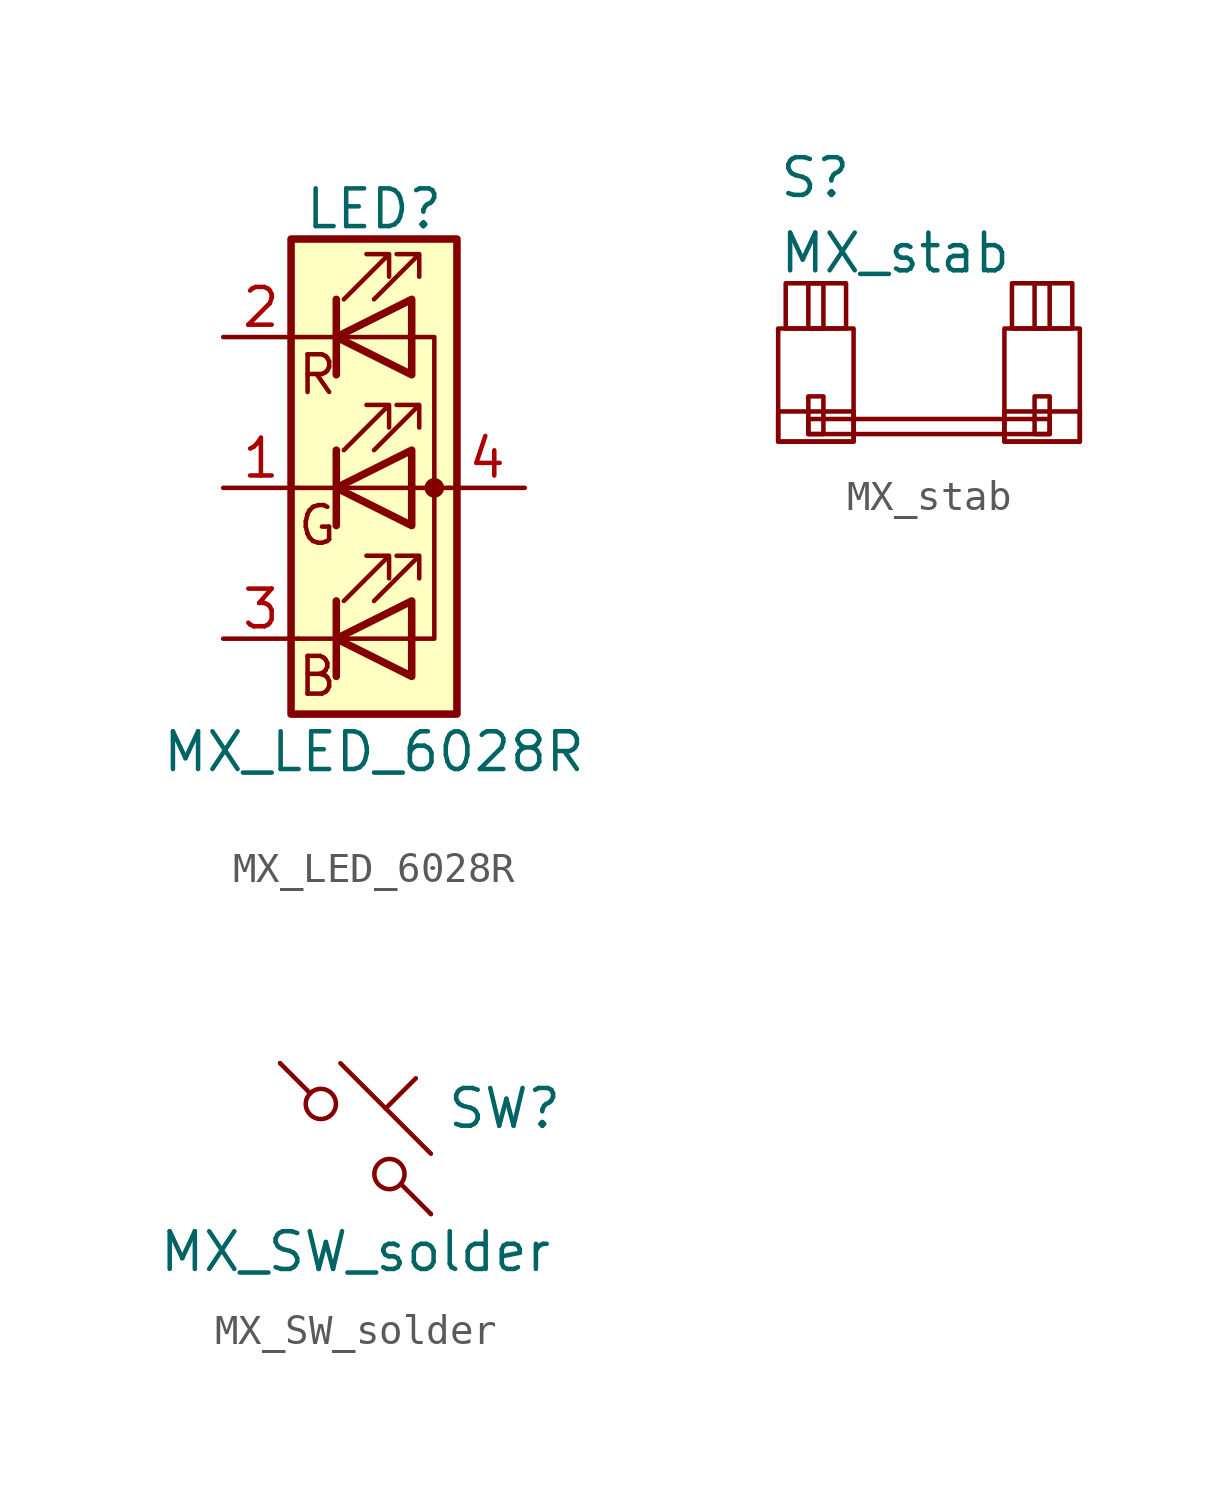
<source format=kicad_sym>
(kicad_symbol_lib
  (version 20211014)
  (generator kicad_symbol_editor)
  (symbol "MX_LED_6028R"
    (pin_names
      (offset 0) hide)
    (property "Reference" "LED"
      (at 0 9.398 0)
      (effects (font (size 1.27 1.27))))
    (property "Value" "MX_LED_6028R"
      (at 0 -8.89 0)
      (effects (font (size 1.27 1.27))))
    (symbol "MX_LED_6028R_0_0"
      (text "B" (at -1.905 -6.35 0) (effects (font (size 1.27 1.27))))
      (text "G" (at -1.905 -1.27 0) (effects (font (size 1.27 1.27))))
      (text "R" (at -1.905 3.81 0) (effects (font (size 1.27 1.27)))))
    (symbol "MX_LED_6028R_0_1"
      (polyline (pts (xy -1.27 -5.08) (xy -2.54 -5.08)) (stroke (width 0) (type default) (color 0 0 0 0)) (fill (type none)))
      (polyline (pts (xy -1.27 -5.08) (xy 1.27 -5.08)) (stroke (width 0) (type default) (color 0 0 0 0)) (fill (type none)))
      (polyline (pts (xy -1.27 -3.81) (xy -1.27 -6.35)) (stroke (width 0.254) (type default) (color 0 0 0 0)) (fill (type none)))
      (polyline (pts (xy -1.27 0) (xy -2.54 0)) (stroke (width 0) (type default) (color 0 0 0 0)) (fill (type none)))
      (polyline (pts (xy -1.27 1.27) (xy -1.27 -1.27)) (stroke (width 0.254) (type default) (color 0 0 0 0)) (fill (type none)))
      (polyline (pts (xy -1.27 5.08) (xy -2.54 5.08)) (stroke (width 0) (type default) (color 0 0 0 0)) (fill (type none)))
      (polyline (pts (xy -1.27 5.08) (xy 1.27 5.08)) (stroke (width 0) (type default) (color 0 0 0 0)) (fill (type none)))
      (polyline (pts (xy -1.27 6.35) (xy -1.27 3.81)) (stroke (width 0.254) (type default) (color 0 0 0 0)) (fill (type none)))
      (polyline (pts (xy 1.27 0) (xy -1.27 0)) (stroke (width 0) (type default) (color 0 0 0 0)) (fill (type none)))
      (polyline (pts (xy 1.27 0) (xy 2.54 0)) (stroke (width 0) (type default) (color 0 0 0 0)) (fill (type none)))
      (polyline (pts (xy -1.27 1.27) (xy -1.27 -1.27) (xy -1.27 -1.27)) (stroke (width 0) (type default) (color 0 0 0 0)) (fill (type none)))
      (polyline (pts (xy -1.27 6.35) (xy -1.27 3.81) (xy -1.27 3.81)) (stroke (width 0) (type default) (color 0 0 0 0)) (fill (type none)))
      (polyline (pts (xy 1.27 -5.08) (xy 2.032 -5.08) (xy 2.032 5.08) (xy 1.27 5.08)) (stroke (width 0) (type default) (color 0 0 0 0)) (fill (type none)))
      (polyline (pts (xy 1.27 -3.81) (xy 1.27 -6.35) (xy -1.27 -5.08) (xy 1.27 -3.81)) (stroke (width 0.254) (type default) (color 0 0 0 0)) (fill (type none)))
      (polyline (pts (xy 1.27 1.27) (xy 1.27 -1.27) (xy -1.27 0) (xy 1.27 1.27)) (stroke (width 0.254) (type default) (color 0 0 0 0)) (fill (type none)))
      (polyline (pts (xy 1.27 6.35) (xy 1.27 3.81) (xy -1.27 5.08) (xy 1.27 6.35)) (stroke (width 0.254) (type default) (color 0 0 0 0)) (fill (type none)))
      (polyline (pts (xy -1.016 -3.81) (xy 0.508 -2.286) (xy -0.254 -2.286) (xy 0.508 -2.286) (xy 0.508 -3.048)) (stroke (width 0) (type default) (color 0 0 0 0)) (fill (type none)))
      (polyline (pts (xy -1.016 1.27) (xy 0.508 2.794) (xy -0.254 2.794) (xy 0.508 2.794) (xy 0.508 2.032)) (stroke (width 0) (type default) (color 0 0 0 0)) (fill (type none)))
      (polyline (pts (xy -1.016 6.35) (xy 0.508 7.874) (xy -0.254 7.874) (xy 0.508 7.874) (xy 0.508 7.112)) (stroke (width 0) (type default) (color 0 0 0 0)) (fill (type none)))
      (polyline (pts (xy 0 -3.81) (xy 1.524 -2.286) (xy 0.762 -2.286) (xy 1.524 -2.286) (xy 1.524 -3.048)) (stroke (width 0) (type default) (color 0 0 0 0)) (fill (type none)))
      (polyline (pts (xy 0 1.27) (xy 1.524 2.794) (xy 0.762 2.794) (xy 1.524 2.794) (xy 1.524 2.032)) (stroke (width 0) (type default) (color 0 0 0 0)) (fill (type none)))
      (polyline (pts (xy 0 6.35) (xy 1.524 7.874) (xy 0.762 7.874) (xy 1.524 7.874) (xy 1.524 7.112)) (stroke (width 0) (type default) (color 0 0 0 0)) (fill (type none)))
      (rectangle (start 1.27 -1.27) (end 1.27 1.27) (stroke (width 0) (type default) (color 0 0 0 0)) (fill (type none)))
      (rectangle (start 1.27 1.27) (end 1.27 1.27) (stroke (width 0) (type default) (color 0 0 0 0)) (fill (type none)))
      (rectangle (start 1.27 3.81) (end 1.27 6.35) (stroke (width 0) (type default) (color 0 0 0 0)) (fill (type none)))
      (rectangle (start 1.27 6.35) (end 1.27 6.35) (stroke (width 0) (type default) (color 0 0 0 0)) (fill (type none)))
      (circle (center 2.032 0) (radius 0.254) (stroke (width 0) (type default) (color 0 0 0 0)) (fill (type outline)))
      (rectangle (start 2.794 8.382) (end -2.794 -7.62) (stroke (width 0.254) (type default) (color 0 0 0 0)) (fill (type background))))
    (symbol "MX_LED_6028R_1_1"
      (pin passive line (at -5.08 0 0) (length 2.54) (name "GK" (effects (font (size 1.27 1.27)))) (number "1" (effects (font (size 1.27 1.27)))))
      (pin passive line (at -5.08 5.08 0) (length 2.54) (name "RK" (effects (font (size 1.27 1.27)))) (number "2" (effects (font (size 1.27 1.27)))))
      (pin passive line (at -5.08 -5.08 0) (length 2.54) (name "BK" (effects (font (size 1.27 1.27)))) (number "3" (effects (font (size 1.27 1.27)))))
      (pin passive line (at 5.08 0 180) (length 2.54) (name "A" (effects (font (size 1.27 1.27)))) (number "4" (effects (font (size 1.27 1.27)))))))
  (symbol "MX_stab"
    (pin_names
      (offset 1.016))
    (property "Reference" "S"
      (at -5.08 6.35 0)
      (effects (font (size 1.27 1.27)) (justify left)))
    (property "Value" "MX_stab"
      (at -5.08 3.81 0)
      (effects (font (size 1.27 1.27)) (justify left)))
    (symbol "MX_stab_0_1"
      (rectangle (start -5.08 -1.524) (end -2.54 -2.54) (stroke (width 0) (type default) (color 0 0 0 0)) (fill (type none)))
      (rectangle (start -5.08 1.27) (end -2.54 -2.54) (stroke (width 0) (type default) (color 0 0 0 0)) (fill (type none)))
      (rectangle (start -4.826 2.794) (end -2.794 1.27) (stroke (width 0) (type default) (color 0 0 0 0)) (fill (type none)))
      (rectangle (start -4.064 -2.286) (end -3.556 -1.016) (stroke (width 0) (type default) (color 0 0 0 0)) (fill (type none)))
      (rectangle (start -4.064 -1.778) (end 4.064 -2.286) (stroke (width 0) (type default) (color 0 0 0 0)) (fill (type none)))
      (rectangle (start -4.064 1.27) (end -3.556 2.794) (stroke (width 0) (type default) (color 0 0 0 0)) (fill (type none)))
      (rectangle (start 2.54 -1.524) (end 5.08 -2.54) (stroke (width 0) (type default) (color 0 0 0 0)) (fill (type none)))
      (rectangle (start 2.54 1.27) (end 5.08 -2.54) (stroke (width 0) (type default) (color 0 0 0 0)) (fill (type none)))
      (rectangle (start 2.794 2.794) (end 4.826 1.27) (stroke (width 0) (type default) (color 0 0 0 0)) (fill (type none)))
      (rectangle (start 3.556 1.27) (end 4.064 2.794) (stroke (width 0) (type default) (color 0 0 0 0)) (fill (type none)))
      (rectangle (start 4.064 -2.286) (end 3.556 -1.016) (stroke (width 0) (type default) (color 0 0 0 0)) (fill (type none)))))
  (symbol "MX_SW_solder"
    (pin_numbers hide)
    (pin_names
      (offset 1.016) hide)
    (property "Reference" "SW"
      (at 3.048 1.016 0)
      (effects (font (size 1.27 1.27)) (justify left)))
    (property "Value" "MX_SW_solder"
      (at 0 -3.81 0)
      (effects (font (size 1.27 1.27))))
    (symbol "MX_SW_solder_0_1"
      (circle (center -1.168 1.168) (radius 0.508) (stroke (width 0) (type default) (color 0 0 0 0)) (fill (type none)))
      (polyline (pts (xy -0.508 2.54) (xy 2.54 -0.508)) (stroke (width 0) (type default) (color 0 0 0 0)) (fill (type none)))
      (polyline (pts (xy 1.016 1.016) (xy 2.032 2.032)) (stroke (width 0) (type default) (color 0 0 0 0)) (fill (type none)))
      (polyline (pts (xy -2.54 2.54) (xy -1.524 1.524) (xy -1.524 1.524)) (stroke (width 0) (type default) (color 0 0 0 0)) (fill (type none)))
      (polyline (pts (xy 1.524 -1.524) (xy 2.54 -2.54) (xy 2.54 -2.54) (xy 2.54 -2.54)) (stroke (width 0) (type default) (color 0 0 0 0)) (fill (type none)))
      (circle (center 1.143 -1.194) (radius 0.508) (stroke (width 0) (type default) (color 0 0 0 0)) (fill (type none)))
      (pin passive line (at -2.54 2.54 0) (length 0) (name "1" (effects (font (size 1.27 1.27)))) (number "1" (effects (font (size 1.27 1.27)))))
      (pin passive line (at 2.54 -2.54 180) (length 0) (name "2" (effects (font (size 1.27 1.27)))) (number "2" (effects (font (size 1.27 1.27))))))))
</source>
